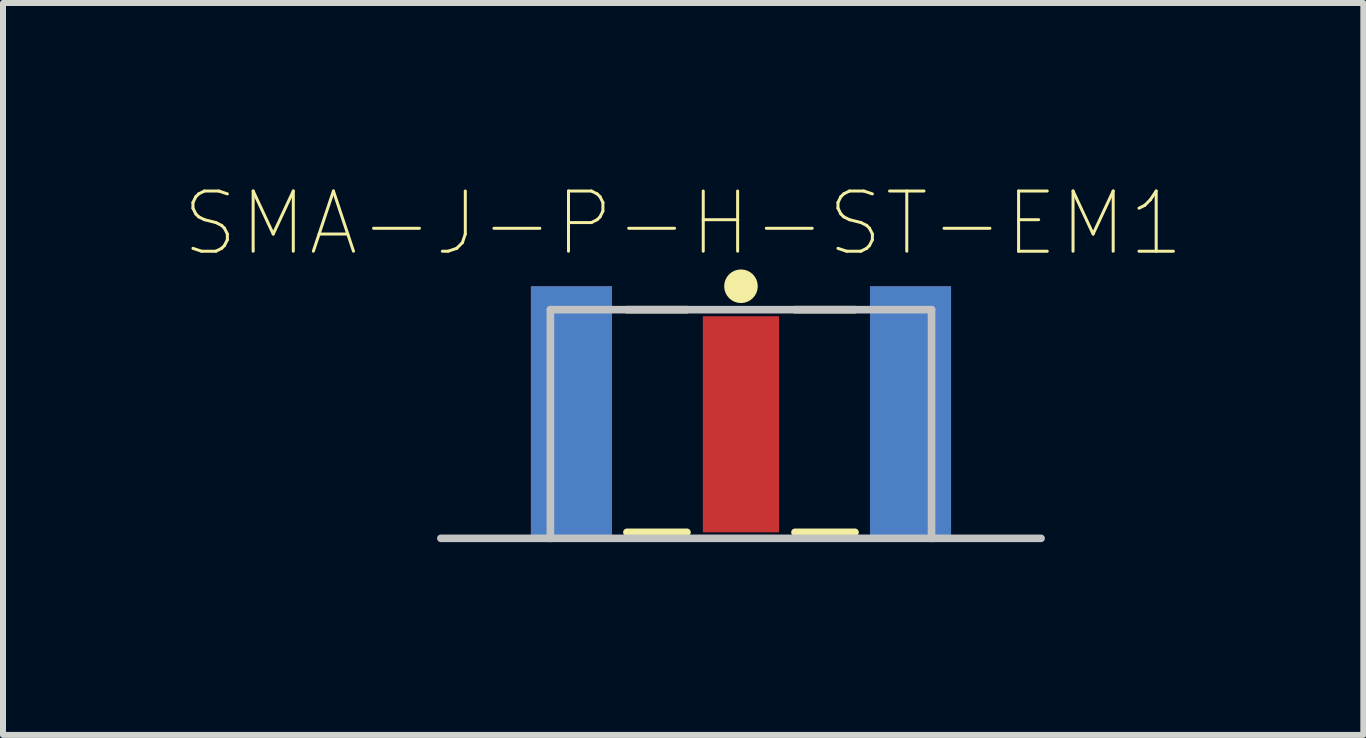
<source format=kicad_pcb>
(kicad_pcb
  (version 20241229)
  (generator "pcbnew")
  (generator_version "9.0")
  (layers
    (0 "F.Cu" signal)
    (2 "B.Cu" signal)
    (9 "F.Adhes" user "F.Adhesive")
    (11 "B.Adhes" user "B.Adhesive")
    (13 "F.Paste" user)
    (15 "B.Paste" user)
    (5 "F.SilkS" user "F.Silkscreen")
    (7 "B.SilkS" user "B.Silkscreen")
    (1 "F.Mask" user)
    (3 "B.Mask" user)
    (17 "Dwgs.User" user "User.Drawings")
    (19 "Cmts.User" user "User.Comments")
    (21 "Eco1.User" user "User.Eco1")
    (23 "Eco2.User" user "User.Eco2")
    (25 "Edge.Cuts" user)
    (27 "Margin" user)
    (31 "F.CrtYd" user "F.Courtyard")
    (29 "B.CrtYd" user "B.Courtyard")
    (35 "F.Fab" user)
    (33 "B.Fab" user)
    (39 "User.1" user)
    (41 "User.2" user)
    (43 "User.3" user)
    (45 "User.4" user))
  (footprint "SMA-J-P-H-ST-EM1"
    (layer "F.Cu")
    (at 9.295 4.019)
    (property "Reference" "SMA-J-P-H-ST-EM1" (at -0.963 -3.345 0) (layer "F.SilkS") (effects (font (size 1.003 1.003) (thickness 0.05))))
    (attr smd)
    (fp_line (start -1.9 -1.91) (end -0.9 -1.91) (stroke (width 0.127) (type solid)) (layer "F.SilkS"))
    (fp_line (start -1.9 1.8) (end -0.9 1.8) (stroke (width 0.127) (type solid)) (layer "F.SilkS"))
    (fp_line (start 0.9 -1.91) (end 1.9 -1.91) (stroke (width 0.127) (type solid)) (layer "F.SilkS"))
    (fp_line (start 0.9 1.8) (end 1.9 1.8) (stroke (width 0.127) (type solid)) (layer "F.SilkS"))
    (fp_circle (center 0 -2.3) (end 0.14 -2.3) (stroke (width 0.28) (type solid)) (fill no) (layer "F.SilkS"))
    (fp_line (start -5 1.9) (end -3.175 1.9) (stroke (width 0.127) (type solid)) (layer "Dwgs.User"))
    (fp_line (start -3.175 -1.91) (end 3.175 -1.91) (stroke (width 0.127) (type solid)) (layer "Dwgs.User"))
    (fp_line (start -3.175 1.9) (end -3.175 -1.91) (stroke (width 0.127) (type solid)) (layer "Dwgs.User"))
    (fp_line (start -3.175 1.9) (end 3.175 1.9) (stroke (width 0.127) (type solid)) (layer "Dwgs.User"))
    (fp_line (start 3.175 -1.91) (end 3.175 1.9) (stroke (width 0.127) (type solid)) (layer "Dwgs.User"))
    (fp_line (start 3.175 1.9) (end 5 1.9) (stroke (width 0.127) (type solid)) (layer "Dwgs.User"))
    (fp_line (start -3.75 -2.55) (end 3.75 -2.55) (stroke (width 0.05) (type solid)) (layer "Eco1.User"))
    (fp_line (start -3.75 2.15) (end -3.75 -2.55) (stroke (width 0.05) (type solid)) (layer "Eco1.User"))
    (fp_line (start -3.425 2.15) (end -3.75 2.15) (stroke (width 0.05) (type solid)) (layer "Eco1.User"))
    (fp_line (start 3.75 -2.55) (end 3.75 2.15) (stroke (width 0.05) (type solid)) (layer "Eco1.User"))
    (fp_line (start 3.75 2.15) (end 3.425 2.15) (stroke (width 0.05) (type solid)) (layer "Eco1.User"))
    (pad "1" smd rect (at 0 0) (size 1.27 3.6) (layers "F.Cu" "F.Mask" "F.Paste"))
    (pad "2_1" smd rect (at -2.825 -0.2) (size 1.35 4.2) (layers "F.Cu" "F.Mask" "F.Paste"))
    (pad "2_2" smd rect (at -2.825 -0.2) (size 1.35 4.2) (layers "F.Mask" "B.Cu" "F.Paste"))
    (pad "3_1" smd rect (at 2.825 -0.2) (size 1.35 4.2) (layers "F.Cu" "F.Mask" "F.Paste"))
    (pad "3_2" smd rect (at 2.825 -0.2) (size 1.35 4.2) (layers "F.Mask" "B.Cu" "F.Paste")))
  (gr_rect
    (start -3 -3)
    (end 19.664 9.194)
    (stroke (width 0.1) (type default))
    (fill no)
    (layer "Edge.Cuts")))
</source>
